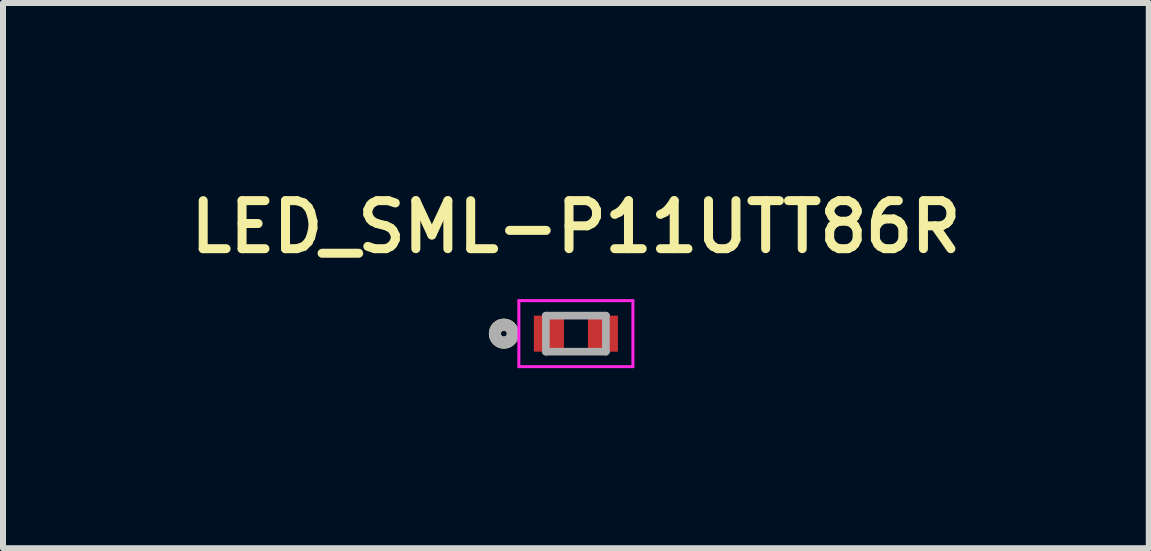
<source format=kicad_pcb>
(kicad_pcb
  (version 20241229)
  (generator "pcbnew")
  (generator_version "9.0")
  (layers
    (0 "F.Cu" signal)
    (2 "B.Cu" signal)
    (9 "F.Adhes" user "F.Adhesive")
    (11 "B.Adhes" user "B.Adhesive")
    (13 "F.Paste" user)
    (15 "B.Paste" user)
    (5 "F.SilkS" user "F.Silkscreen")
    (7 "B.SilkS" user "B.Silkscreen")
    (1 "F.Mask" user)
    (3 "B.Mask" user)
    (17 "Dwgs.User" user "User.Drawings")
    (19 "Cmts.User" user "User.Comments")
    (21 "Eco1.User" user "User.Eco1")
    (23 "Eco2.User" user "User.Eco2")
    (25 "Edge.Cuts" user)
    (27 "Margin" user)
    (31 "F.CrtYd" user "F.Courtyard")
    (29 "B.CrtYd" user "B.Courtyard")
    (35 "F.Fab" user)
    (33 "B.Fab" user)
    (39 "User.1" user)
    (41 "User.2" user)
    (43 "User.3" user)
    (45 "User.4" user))
  (footprint "LED_SML-P11UTT86R"
    (layer "F.Cu")
    (at 6.545 2.509)
    (property "Reference" "LED_SML-P11UTT86R" (at 0 -1.778 0) (layer "F.SilkS") (effects (font (size 0.8 0.8) (thickness 0.15))))
    (attr smd)
    (fp_circle (center -1.2 0) (end -1.15 0) (stroke (width 0.2) (type solid)) (fill no) (layer "F.SilkS"))
    (fp_line (start -0.95 -0.55) (end 0.95 -0.55) (stroke (width 0.05) (type solid)) (layer "F.CrtYd"))
    (fp_line (start -0.95 0.55) (end -0.95 -0.55) (stroke (width 0.05) (type solid)) (layer "F.CrtYd"))
    (fp_line (start 0.95 -0.55) (end 0.95 0.55) (stroke (width 0.05) (type solid)) (layer "F.CrtYd"))
    (fp_line (start 0.95 0.55) (end -0.95 0.55) (stroke (width 0.05) (type solid)) (layer "F.CrtYd"))
    (fp_line (start -0.5 -0.3) (end 0.5 -0.3) (stroke (width 0.127) (type solid)) (layer "F.Fab"))
    (fp_line (start -0.5 0.3) (end -0.5 -0.3) (stroke (width 0.127) (type solid)) (layer "F.Fab"))
    (fp_line (start 0.5 -0.3) (end 0.5 0.3) (stroke (width 0.127) (type solid)) (layer "F.Fab"))
    (fp_line (start 0.5 0.3) (end -0.5 0.3) (stroke (width 0.127) (type solid)) (layer "F.Fab"))
    (fp_circle (center -1.2 0) (end -1.15 0) (stroke (width 0.2) (type solid)) (fill no) (layer "F.Fab"))
    (pad "A" smd rect (at 0.45 0 90) (size 0.6 0.5) (layers "F.Cu" "F.Mask" "F.Paste"))
    (pad "C" smd rect (at -0.45 0 90) (size 0.6 0.5) (layers "F.Cu" "F.Mask" "F.Paste")))
  (gr_rect
    (start -3 -3)
    (end 16.09 6.084)
    (stroke (width 0.1) (type default))
    (fill no)
    (layer "Edge.Cuts")))
</source>
